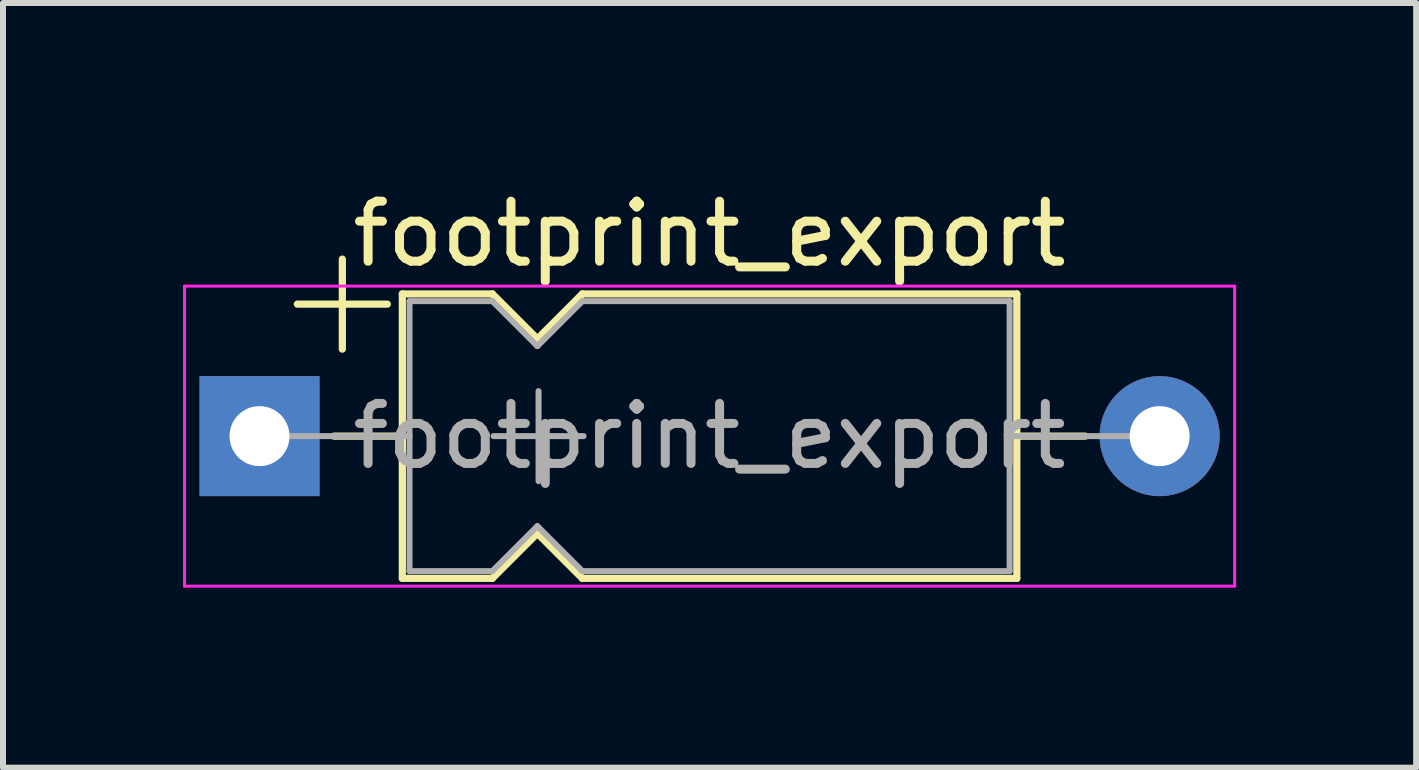
<source format=kicad_pcb>
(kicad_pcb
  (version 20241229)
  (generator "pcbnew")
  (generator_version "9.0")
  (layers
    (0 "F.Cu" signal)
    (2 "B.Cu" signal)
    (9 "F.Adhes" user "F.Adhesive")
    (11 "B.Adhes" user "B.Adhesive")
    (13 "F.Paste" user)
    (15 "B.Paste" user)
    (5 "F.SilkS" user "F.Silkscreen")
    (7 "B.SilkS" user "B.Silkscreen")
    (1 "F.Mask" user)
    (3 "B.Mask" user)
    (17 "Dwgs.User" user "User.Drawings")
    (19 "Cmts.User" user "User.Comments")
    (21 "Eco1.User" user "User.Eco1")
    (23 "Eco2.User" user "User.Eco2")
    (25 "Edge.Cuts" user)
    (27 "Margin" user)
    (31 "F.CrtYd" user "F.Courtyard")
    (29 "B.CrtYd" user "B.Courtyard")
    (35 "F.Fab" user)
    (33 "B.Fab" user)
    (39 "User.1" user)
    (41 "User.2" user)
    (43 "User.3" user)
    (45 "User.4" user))
  (footprint "footprint_export"
    (layer "F.Cu")
    (at 1.275 4.218)
    (property "Reference" "footprint_export" (at 7.5 -3.37 0) (layer "F.SilkS") (effects (font (size 1 1) (thickness 0.15))))
    (attr through_hole)
    (fp_line (start 0.63 -2.2) (end 2.13 -2.2) (stroke (width 0.12) (type solid)) (layer "F.SilkS"))
    (fp_line (start 1.24 0) (end 2.38 0) (stroke (width 0.12) (type solid)) (layer "F.SilkS"))
    (fp_line (start 1.38 -2.95) (end 1.38 -1.45) (stroke (width 0.12) (type solid)) (layer "F.SilkS"))
    (fp_line (start 2.38 -2.37) (end 2.38 2.37) (stroke (width 0.12) (type solid)) (layer "F.SilkS"))
    (fp_line (start 2.38 -2.37) (end 3.88 -2.37) (stroke (width 0.12) (type solid)) (layer "F.SilkS"))
    (fp_line (start 2.38 2.37) (end 3.88 2.37) (stroke (width 0.12) (type solid)) (layer "F.SilkS"))
    (fp_line (start 3.88 -2.37) (end 4.63 -1.62) (stroke (width 0.12) (type solid)) (layer "F.SilkS"))
    (fp_line (start 3.88 2.37) (end 4.63 1.62) (stroke (width 0.12) (type solid)) (layer "F.SilkS"))
    (fp_line (start 4.63 -1.62) (end 5.38 -2.37) (stroke (width 0.12) (type solid)) (layer "F.SilkS"))
    (fp_line (start 4.63 1.62) (end 5.38 2.37) (stroke (width 0.12) (type solid)) (layer "F.SilkS"))
    (fp_line (start 5.38 -2.37) (end 12.62 -2.37) (stroke (width 0.12) (type solid)) (layer "F.SilkS"))
    (fp_line (start 5.38 2.37) (end 12.62 2.37) (stroke (width 0.12) (type solid)) (layer "F.SilkS"))
    (fp_line (start 12.62 -2.37) (end 12.62 2.37) (stroke (width 0.12) (type solid)) (layer "F.SilkS"))
    (fp_line (start 13.76 0) (end 12.62 0) (stroke (width 0.12) (type solid)) (layer "F.SilkS"))
    (fp_line (start -1.25 -2.5) (end -1.25 2.5) (stroke (width 0.05) (type solid)) (layer "F.CrtYd"))
    (fp_line (start -1.25 2.5) (end 16.25 2.5) (stroke (width 0.05) (type solid)) (layer "F.CrtYd"))
    (fp_line (start 16.25 -2.5) (end -1.25 -2.5) (stroke (width 0.05) (type solid)) (layer "F.CrtYd"))
    (fp_line (start 16.25 2.5) (end 16.25 -2.5) (stroke (width 0.05) (type solid)) (layer "F.CrtYd"))
    (fp_line (start 0 0) (end 2.5 0) (stroke (width 0.1) (type solid)) (layer "F.Fab"))
    (fp_line (start 2.5 -2.25) (end 2.5 2.25) (stroke (width 0.1) (type solid)) (layer "F.Fab"))
    (fp_line (start 2.5 -2.25) (end 3.88 -2.25) (stroke (width 0.1) (type solid)) (layer "F.Fab"))
    (fp_line (start 2.5 2.25) (end 3.88 2.25) (stroke (width 0.1) (type solid)) (layer "F.Fab"))
    (fp_line (start 3.88 -2.25) (end 4.63 -1.5) (stroke (width 0.1) (type solid)) (layer "F.Fab"))
    (fp_line (start 3.88 2.25) (end 4.63 1.5) (stroke (width 0.1) (type solid)) (layer "F.Fab"))
    (fp_line (start 3.9 0) (end 5.4 0) (stroke (width 0.1) (type solid)) (layer "F.Fab"))
    (fp_line (start 4.63 -1.5) (end 5.38 -2.25) (stroke (width 0.1) (type solid)) (layer "F.Fab"))
    (fp_line (start 4.63 1.5) (end 5.38 2.25) (stroke (width 0.1) (type solid)) (layer "F.Fab"))
    (fp_line (start 4.65 -0.75) (end 4.65 0.75) (stroke (width 0.1) (type solid)) (layer "F.Fab"))
    (fp_line (start 5.38 -2.25) (end 12.5 -2.25) (stroke (width 0.1) (type solid)) (layer "F.Fab"))
    (fp_line (start 5.38 2.25) (end 12.5 2.25) (stroke (width 0.1) (type solid)) (layer "F.Fab"))
    (fp_line (start 12.5 -2.25) (end 12.5 2.25) (stroke (width 0.1) (type solid)) (layer "F.Fab"))
    (fp_line (start 15 0) (end 12.5 0) (stroke (width 0.1) (type solid)) (layer "F.Fab"))
    (fp_text user "${REFERENCE}" (at 7.5 0 0) (layer "F.Fab") (effects (font (size 1 1) (thickness 0.15))))
    (pad "1" thru_hole rect (at 0 0) (size 2 2) (drill 1) (layers "*.Cu" "*.Mask"))
    (pad "2" thru_hole oval (at 15 0) (size 2 2) (drill 1) (layers "*.Cu" "*.Mask")))
  (gr_rect
    (start -3 -3)
    (end 20.55 9.743)
    (stroke (width 0.1) (type default))
    (fill no)
    (layer "Edge.Cuts")))
</source>
